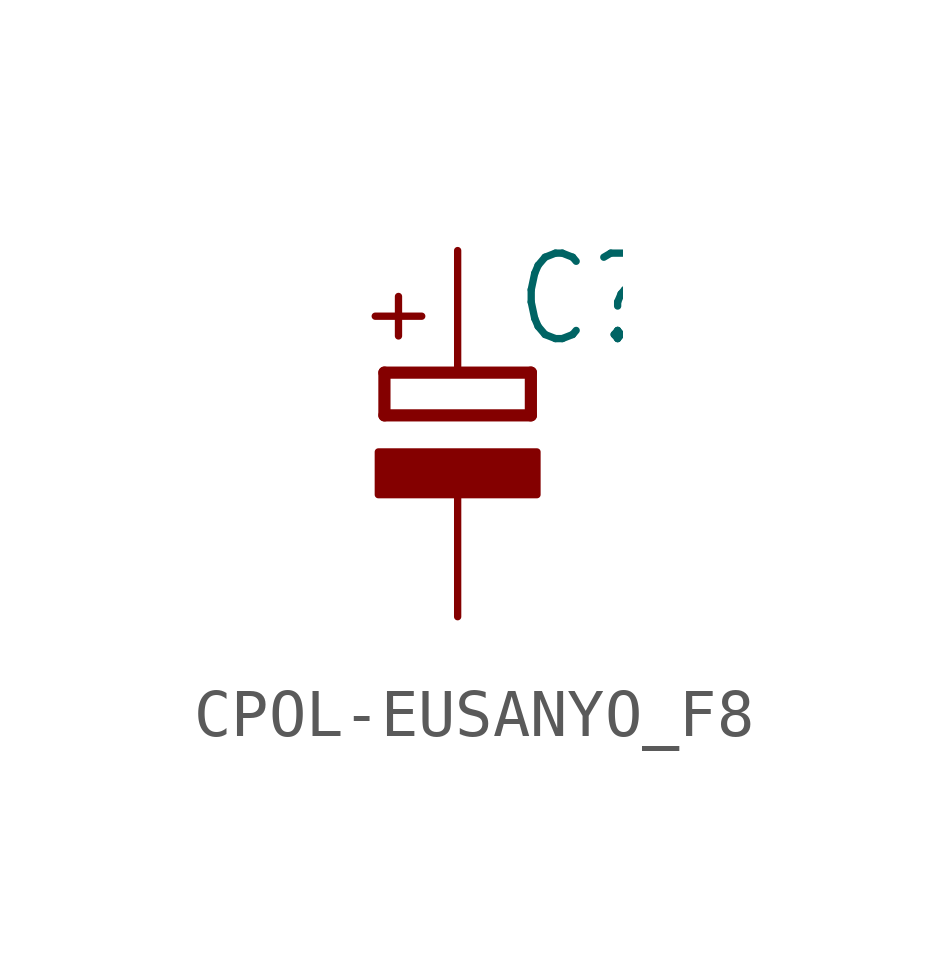
<source format=kicad_sym>
(kicad_symbol_lib
  (version 20231120)
  (generator "kicad_symbol_editor")
  (generator_version "8.0")
  (symbol "CPOL-EUSANYO_F8"
    (property "Reference" "C"
      (at 1.143 0.483 0)
      (effects (font (size 1.778 1.511)) (justify left bottom)))
    (property "Value" ""
      (at 1.143 -4.597 0)
      (effects (font (size 1.778 1.511)) (justify left bottom)))
    (property "ki_locked" ""
      (at 0 0 0)
      (effects (font (size 1.27 1.27))))
    (symbol "CPOL-EUSANYO_F8_1_0"
      (rectangle (start -1.651 -2.54) (end 1.651 -1.651) (stroke (width 0) (type default)) (fill (type outline)))
      (polyline (pts (xy -1.524 -0.889) (xy 1.524 -0.889)) (stroke (width 0.254) (type solid)) (fill (type none)))
      (polyline (pts (xy -1.524 0) (xy -1.524 -0.889)) (stroke (width 0.254) (type solid)) (fill (type none)))
      (polyline (pts (xy -1.524 0) (xy 1.524 0)) (stroke (width 0.254) (type solid)) (fill (type none)))
      (polyline (pts (xy 1.524 -0.889) (xy 1.524 0)) (stroke (width 0.254) (type solid)) (fill (type none)))
      (text "+" (at -0.584 0.406 900) (effects (font (size 1.27 1.079)) (justify left bottom)))
      (pin passive line (at 0 2.54 270) (length 2.54) (name "+" (effects (font (size 0 0)))) (number "+" (effects (font (size 0 0)))))
      (pin passive line (at 0 -5.08 90) (length 2.54) (name "-" (effects (font (size 0 0)))) (number "-" (effects (font (size 0 0))))))))
</source>
